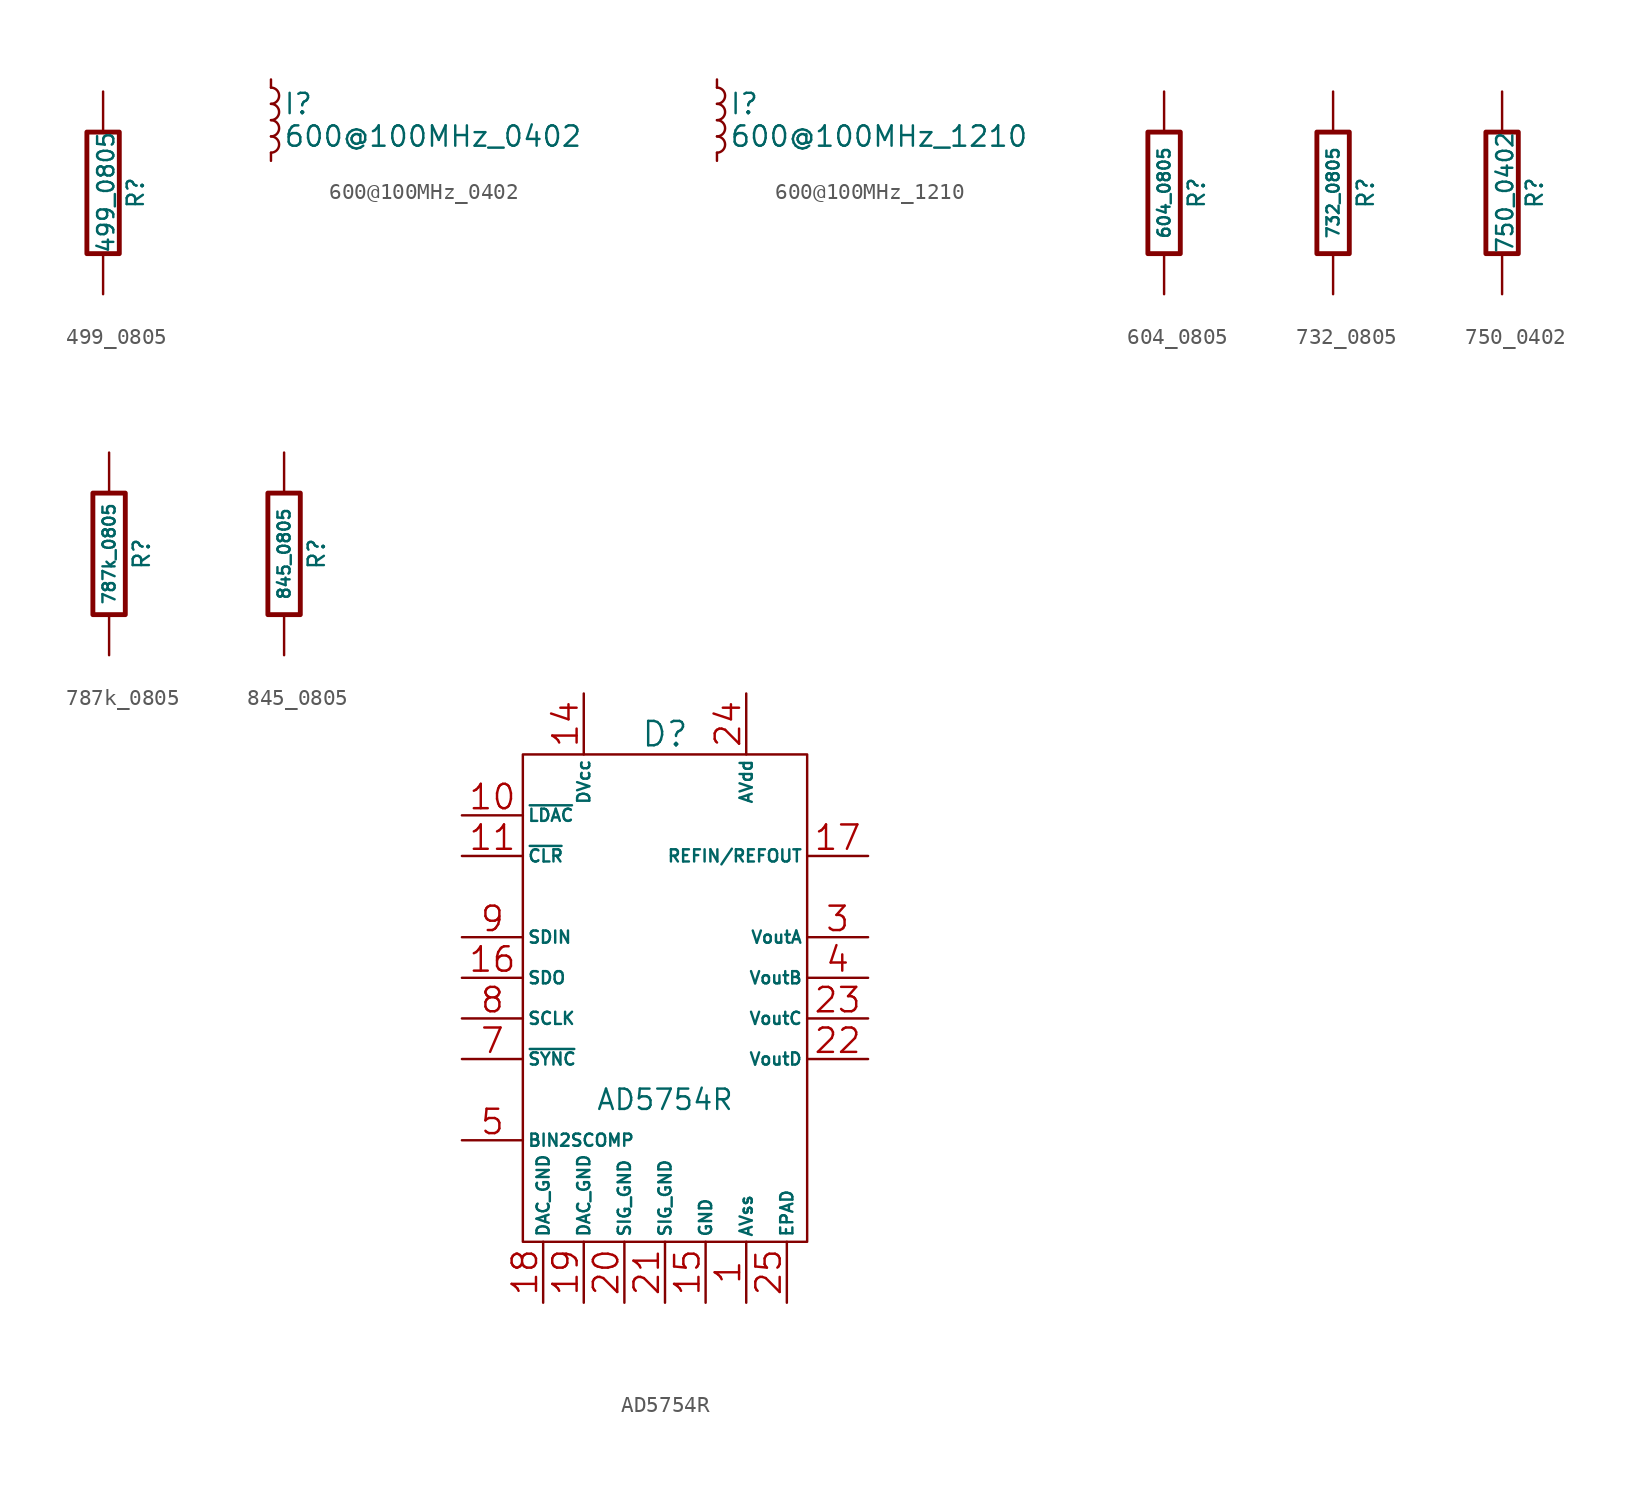
<source format=kicad_sym>
(kicad_symbol_lib
  (version 20211014)
  (generator kicad_symbol_editor)
  (symbol "499_0805"
    (pin_numbers hide)
    (pin_names
      (offset 0))
    (property "Reference" "R"
      (at 2.032 0 90)
      (effects (font (size 1.016 1.016))))
    (property "Value" "499_0805"
      (at 0.178 0.025 90)
      (effects (font (size 1.016 1.016))))
    (property "Datasheet" ""
      (at 0 0 0)
      (effects (font (size 0.762 0.762))))
    (symbol "499_0805_0_1"
      (rectangle (start -1.016 3.81) (end 1.016 -3.81) (stroke (width 0.305) (type default) (color 0 0 0 0)) (fill (type none))))
    (symbol "499_0805_1_1"
      (pin passive line (at 0 6.35 270) (length 2.54) (name "~" (effects (font (size 1.524 1.524)))) (number "1" (effects (font (size 1.524 1.524)))))
      (pin passive line (at 0 -6.35 90) (length 2.54) (name "~" (effects (font (size 1.524 1.524)))) (number "2" (effects (font (size 1.524 1.524)))))))
  (symbol "600@100MHz_0402"
    (pin_numbers hide)
    (pin_names
      (offset 0.254) hide)
    (property "Reference" "I"
      (at 0.762 1.016 0)
      (effects (font (size 1.27 1.27)) (justify left)))
    (property "Value" "600@100MHz_0402"
      (at 0.762 -1.016 0)
      (effects (font (size 1.27 1.27)) (justify left)))
    (property "Datasheet" ""
      (at 0 0 0)
      (effects (font (size 1.27 1.27))))
    (symbol "600@100MHz_0402_0_1"
      (arc (start 0 -2.032) (mid 0.508 -1.524) (end 0 -1.016) (stroke (width 0) (type default) (color 0 0 0 0)) (fill (type none)))
      (arc (start 0 -1.016) (mid 0.508 -0.508) (end 0 0) (stroke (width 0) (type default) (color 0 0 0 0)) (fill (type none)))
      (arc (start 0 0) (mid 0.508 0.508) (end 0 1.016) (stroke (width 0) (type default) (color 0 0 0 0)) (fill (type none)))
      (arc (start 0 1.016) (mid 0.508 1.524) (end 0 2.032) (stroke (width 0) (type default) (color 0 0 0 0)) (fill (type none))))
    (symbol "600@100MHz_0402_1_1"
      (pin passive line (at 0 2.54 270) (length 0.508) (name "~" (effects (font (size 1.27 1.27)))) (number "1" (effects (font (size 1.27 1.27)))))
      (pin passive line (at 0 -2.54 90) (length 0.508) (name "~" (effects (font (size 1.27 1.27)))) (number "2" (effects (font (size 1.27 1.27)))))))
  (symbol "600@100MHz_1210"
    (pin_numbers hide)
    (pin_names
      (offset 0.254) hide)
    (property "Reference" "I"
      (at 0.762 1.016 0)
      (effects (font (size 1.27 1.27)) (justify left)))
    (property "Value" "600@100MHz_1210"
      (at 0.762 -1.016 0)
      (effects (font (size 1.27 1.27)) (justify left)))
    (property "Datasheet" ""
      (at 0 0 0)
      (effects (font (size 1.27 1.27))))
    (symbol "600@100MHz_1210_0_1"
      (arc (start 0 -2.032) (mid 0.508 -1.524) (end 0 -1.016) (stroke (width 0) (type default) (color 0 0 0 0)) (fill (type none)))
      (arc (start 0 -1.016) (mid 0.508 -0.508) (end 0 0) (stroke (width 0) (type default) (color 0 0 0 0)) (fill (type none)))
      (arc (start 0 0) (mid 0.508 0.508) (end 0 1.016) (stroke (width 0) (type default) (color 0 0 0 0)) (fill (type none)))
      (arc (start 0 1.016) (mid 0.508 1.524) (end 0 2.032) (stroke (width 0) (type default) (color 0 0 0 0)) (fill (type none))))
    (symbol "600@100MHz_1210_1_1"
      (pin passive line (at 0 2.54 270) (length 0.508) (name "~" (effects (font (size 1.27 1.27)))) (number "1" (effects (font (size 1.27 1.27)))))
      (pin passive line (at 0 -2.54 90) (length 0.508) (name "~" (effects (font (size 1.27 1.27)))) (number "2" (effects (font (size 1.27 1.27)))))))
  (symbol "604_0805"
    (pin_numbers hide)
    (pin_names
      (offset 0))
    (property "Reference" "R"
      (at 2.032 0 90)
      (effects (font (size 1.016 1.016))))
    (property "Value" "604_0805"
      (at 0 0 90)
      (effects (font (size 0.762 0.762))))
    (property "Datasheet" ""
      (at 2.032 0 90)
      (effects (font (size 0.762 0.762))))
    (symbol "604_0805_0_1"
      (rectangle (start -1.016 3.81) (end 1.016 -3.81) (stroke (width 0.305) (type default) (color 0 0 0 0)) (fill (type none))))
    (symbol "604_0805_1_1"
      (pin passive line (at 0 6.35 270) (length 2.54) (name "~" (effects (font (size 1.524 1.524)))) (number "1" (effects (font (size 1.524 1.524)))))
      (pin passive line (at 0 -6.35 90) (length 2.54) (name "~" (effects (font (size 1.524 1.524)))) (number "2" (effects (font (size 1.524 1.524)))))))
  (symbol "732_0805"
    (pin_numbers hide)
    (pin_names
      (offset 0))
    (property "Reference" "R"
      (at 2.032 0 90)
      (effects (font (size 1.016 1.016))))
    (property "Value" "732_0805"
      (at 0 0 90)
      (effects (font (size 0.762 0.762))))
    (property "Datasheet" ""
      (at 2.032 0 90)
      (effects (font (size 0.762 0.762))))
    (symbol "732_0805_0_1"
      (rectangle (start -1.016 3.81) (end 1.016 -3.81) (stroke (width 0.305) (type default) (color 0 0 0 0)) (fill (type none))))
    (symbol "732_0805_1_1"
      (pin passive line (at 0 6.35 270) (length 2.54) (name "~" (effects (font (size 1.524 1.524)))) (number "1" (effects (font (size 1.524 1.524)))))
      (pin passive line (at 0 -6.35 90) (length 2.54) (name "~" (effects (font (size 1.524 1.524)))) (number "2" (effects (font (size 1.524 1.524)))))))
  (symbol "750_0402"
    (pin_numbers hide)
    (pin_names
      (offset 0))
    (property "Reference" "R"
      (at 2.032 0 90)
      (effects (font (size 1.016 1.016))))
    (property "Value" "750_0402"
      (at 0.178 0.025 90)
      (effects (font (size 1.016 1.016))))
    (property "Datasheet" ""
      (at 0 0 0)
      (effects (font (size 0.762 0.762))))
    (symbol "750_0402_0_1"
      (rectangle (start -1.016 3.81) (end 1.016 -3.81) (stroke (width 0.305) (type default) (color 0 0 0 0)) (fill (type none))))
    (symbol "750_0402_1_1"
      (pin passive line (at 0 6.35 270) (length 2.54) (name "~" (effects (font (size 1.524 1.524)))) (number "1" (effects (font (size 1.524 1.524)))))
      (pin passive line (at 0 -6.35 90) (length 2.54) (name "~" (effects (font (size 1.524 1.524)))) (number "2" (effects (font (size 1.524 1.524)))))))
  (symbol "787k_0805"
    (pin_numbers hide)
    (pin_names
      (offset 0))
    (property "Reference" "R"
      (at 2.032 0 90)
      (effects (font (size 1.016 1.016))))
    (property "Value" "787k_0805"
      (at 0 0 90)
      (effects (font (size 0.762 0.762))))
    (property "Datasheet" ""
      (at 2.032 0 90)
      (effects (font (size 0.762 0.762))))
    (symbol "787k_0805_0_1"
      (rectangle (start -1.016 3.81) (end 1.016 -3.81) (stroke (width 0.305) (type default) (color 0 0 0 0)) (fill (type none))))
    (symbol "787k_0805_1_1"
      (pin passive line (at 0 6.35 270) (length 2.54) (name "~" (effects (font (size 1.524 1.524)))) (number "1" (effects (font (size 1.524 1.524)))))
      (pin passive line (at 0 -6.35 90) (length 2.54) (name "~" (effects (font (size 1.524 1.524)))) (number "2" (effects (font (size 1.524 1.524)))))))
  (symbol "845_0805"
    (pin_numbers hide)
    (pin_names
      (offset 0))
    (property "Reference" "R"
      (at 2.032 0 90)
      (effects (font (size 1.016 1.016))))
    (property "Value" "845_0805"
      (at 0 0 90)
      (effects (font (size 0.762 0.762))))
    (property "Datasheet" ""
      (at 2.032 0 90)
      (effects (font (size 0.762 0.762))))
    (symbol "845_0805_0_1"
      (rectangle (start -1.016 3.81) (end 1.016 -3.81) (stroke (width 0.305) (type default) (color 0 0 0 0)) (fill (type none))))
    (symbol "845_0805_1_1"
      (pin passive line (at 0 6.35 270) (length 2.54) (name "~" (effects (font (size 1.524 1.524)))) (number "1" (effects (font (size 1.524 1.524)))))
      (pin passive line (at 0 -6.35 90) (length 2.54) (name "~" (effects (font (size 1.524 1.524)))) (number "2" (effects (font (size 1.524 1.524)))))))
  (symbol "AD5754R"
    (pin_names
      (offset 0.254))
    (property "Reference" "D"
      (at 0 16.51 0)
      (effects (font (size 1.524 1.524))))
    (property "Value" "AD5754R"
      (at 0 -6.35 0)
      (effects (font (size 1.27 1.27))))
    (property "Datasheet" ""
      (at 0 30.48 0)
      (effects (font (size 1.524 1.524))))
    (symbol "AD5754R_0_1"
      (rectangle (start -8.89 15.24) (end 8.89 -15.24) (stroke (width 0) (type default) (color 0 0 0 0)) (fill (type none))))
    (symbol "AD5754R_1_1"
      (pin power_in line (at 5.08 -19.05 90) (length 3.81) (name "AVss" (effects (font (size 0.762 0.762)))) (number "1" (effects (font (size 1.524 1.524)))))
      (pin input line (at -12.7 11.43 0) (length 3.81) (name "~{LDAC}" (effects (font (size 0.762 0.762)))) (number "10" (effects (font (size 1.524 1.524)))))
      (pin input line (at -12.7 8.89 0) (length 3.81) (name "~{CLR}" (effects (font (size 0.762 0.762)))) (number "11" (effects (font (size 1.524 1.524)))))
      (pin power_in line (at -5.08 19.05 270) (length 3.81) (name "DVcc" (effects (font (size 0.762 0.762)))) (number "14" (effects (font (size 1.524 1.524)))))
      (pin power_in line (at 2.54 -19.05 90) (length 3.81) (name "GND" (effects (font (size 0.762 0.762)))) (number "15" (effects (font (size 1.524 1.524)))))
      (pin tri_state line (at -12.7 1.27 0) (length 3.81) (name "SDO" (effects (font (size 0.762 0.762)))) (number "16" (effects (font (size 1.524 1.524)))))
      (pin passive line (at 12.7 8.89 180) (length 3.81) (name "REFIN/REFOUT" (effects (font (size 0.762 0.762)))) (number "17" (effects (font (size 1.524 1.524)))))
      (pin power_in line (at -7.62 -19.05 90) (length 3.81) (name "DAC_GND" (effects (font (size 0.762 0.762)))) (number "18" (effects (font (size 1.524 1.524)))))
      (pin power_in line (at -5.08 -19.05 90) (length 3.81) (name "DAC_GND" (effects (font (size 0.762 0.762)))) (number "19" (effects (font (size 1.524 1.524)))))
      (pin power_in line (at -2.54 -19.05 90) (length 3.81) (name "SIG_GND" (effects (font (size 0.762 0.762)))) (number "20" (effects (font (size 1.524 1.524)))))
      (pin power_in line (at 0 -19.05 90) (length 3.81) (name "SIG_GND" (effects (font (size 0.762 0.762)))) (number "21" (effects (font (size 1.524 1.524)))))
      (pin output line (at 12.7 -3.81 180) (length 3.81) (name "VoutD" (effects (font (size 0.762 0.762)))) (number "22" (effects (font (size 1.524 1.524)))))
      (pin output line (at 12.7 -1.27 180) (length 3.81) (name "VoutC" (effects (font (size 0.762 0.762)))) (number "23" (effects (font (size 1.524 1.524)))))
      (pin power_in line (at 5.08 19.05 270) (length 3.81) (name "AVdd" (effects (font (size 0.762 0.762)))) (number "24" (effects (font (size 1.524 1.524)))))
      (pin power_in line (at 7.62 -19.05 90) (length 3.81) (name "EPAD" (effects (font (size 0.762 0.762)))) (number "25" (effects (font (size 1.524 1.524)))))
      (pin output line (at 12.7 3.81 180) (length 3.81) (name "VoutA" (effects (font (size 0.762 0.762)))) (number "3" (effects (font (size 1.524 1.524)))))
      (pin output line (at 12.7 1.27 180) (length 3.81) (name "VoutB" (effects (font (size 0.762 0.762)))) (number "4" (effects (font (size 1.524 1.524)))))
      (pin passive line (at -12.7 -8.89 0) (length 3.81) (name "BIN2SCOMP" (effects (font (size 0.762 0.762)))) (number "5" (effects (font (size 1.524 1.524)))))
      (pin input line (at -12.7 -3.81 0) (length 3.81) (name "~{SYNC}" (effects (font (size 0.762 0.762)))) (number "7" (effects (font (size 1.524 1.524)))))
      (pin input line (at -12.7 -1.27 0) (length 3.81) (name "SCLK" (effects (font (size 0.762 0.762)))) (number "8" (effects (font (size 1.524 1.524)))))
      (pin input line (at -12.7 3.81 0) (length 3.81) (name "SDIN" (effects (font (size 0.762 0.762)))) (number "9" (effects (font (size 1.524 1.524))))))))
</source>
